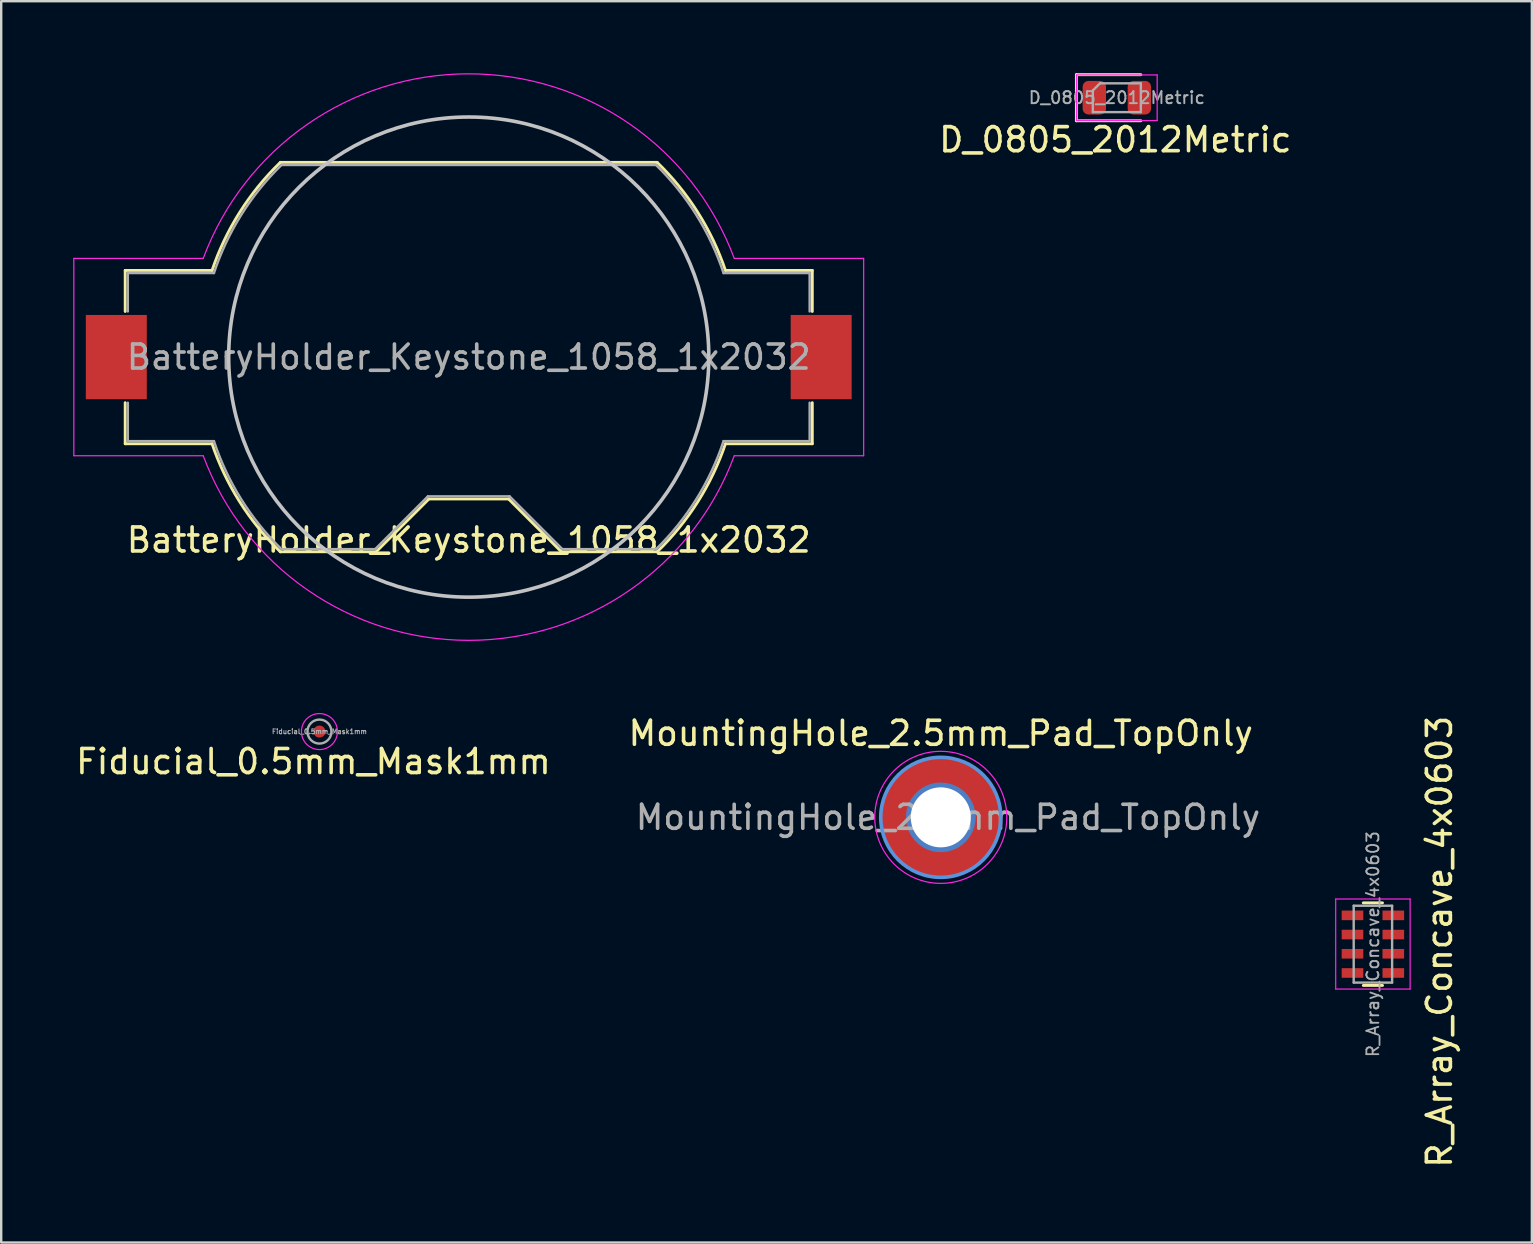
<source format=kicad_pcb>
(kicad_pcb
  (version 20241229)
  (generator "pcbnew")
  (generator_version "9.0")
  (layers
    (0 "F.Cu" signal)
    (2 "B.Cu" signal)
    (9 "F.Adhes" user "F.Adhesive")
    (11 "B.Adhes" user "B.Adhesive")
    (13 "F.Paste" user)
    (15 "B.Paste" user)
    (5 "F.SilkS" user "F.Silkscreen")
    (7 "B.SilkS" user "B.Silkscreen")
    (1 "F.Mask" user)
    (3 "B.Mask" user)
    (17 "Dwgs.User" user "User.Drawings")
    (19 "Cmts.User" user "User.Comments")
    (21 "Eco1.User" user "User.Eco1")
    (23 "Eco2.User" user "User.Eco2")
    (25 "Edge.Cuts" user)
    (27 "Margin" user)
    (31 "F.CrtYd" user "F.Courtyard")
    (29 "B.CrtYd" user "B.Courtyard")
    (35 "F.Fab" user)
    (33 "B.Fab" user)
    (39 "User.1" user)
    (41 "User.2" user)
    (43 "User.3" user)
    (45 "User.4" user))
  (footprint "D_0805_2012Metric"
    (layer "F.Cu")
    (at 43.471 1.02)
    (property "Reference" "D_0805_2012Metric" (at -0.062 1.75 180) (layer "F.SilkS") (effects (font (size 1 1) (thickness 0.15))))
    (attr smd)
    (fp_line (start -1.685 -0.96) (end -1.685 0.96) (stroke (width 0.12) (type solid)) (layer "F.SilkS"))
    (fp_line (start -1.685 0.96) (end 1 0.96) (stroke (width 0.12) (type solid)) (layer "F.SilkS"))
    (fp_line (start 1 -0.96) (end -1.685 -0.96) (stroke (width 0.12) (type solid)) (layer "F.SilkS"))
    (fp_line (start -1.68 -0.95) (end 1.68 -0.95) (stroke (width 0.05) (type solid)) (layer "F.CrtYd"))
    (fp_line (start -1.68 0.95) (end -1.68 -0.95) (stroke (width 0.05) (type solid)) (layer "F.CrtYd"))
    (fp_line (start 1.68 -0.95) (end 1.68 0.95) (stroke (width 0.05) (type solid)) (layer "F.CrtYd"))
    (fp_line (start 1.68 0.95) (end -1.68 0.95) (stroke (width 0.05) (type solid)) (layer "F.CrtYd"))
    (fp_line (start -1 -0.3) (end -1 0.6) (stroke (width 0.1) (type solid)) (layer "F.Fab"))
    (fp_line (start -1 0.6) (end 1 0.6) (stroke (width 0.1) (type solid)) (layer "F.Fab"))
    (fp_line (start -0.7 -0.6) (end -1 -0.3) (stroke (width 0.1) (type solid)) (layer "F.Fab"))
    (fp_line (start 1 -0.6) (end -0.7 -0.6) (stroke (width 0.1) (type solid)) (layer "F.Fab"))
    (fp_line (start 1 0.6) (end 1 -0.6) (stroke (width 0.1) (type solid)) (layer "F.Fab"))
    (fp_text user "${REFERENCE}" (at 0 0 0) (layer "F.Fab") (effects (font (size 0.5 0.5) (thickness 0.08))))
    (pad "1" smd roundrect (at -0.938 0) (size 0.975 1.4) (layers "F.Cu" "F.Mask" "F.Paste") (roundrect_rratio 0.25))
    (pad "2" smd roundrect (at 0.938 0) (size 0.975 1.4) (layers "F.Cu" "F.Mask" "F.Paste") (roundrect_rratio 0.25)))
  (footprint "BatteryHolder_Keystone_1058_1x2032"
    (layer "F.Cu")
    (at 16.475 11.824)
    (property "Reference" "BatteryHolder_Keystone_1058_1x2032" (at 0 7.62 180) (layer "F.SilkS") (effects (font (size 1 1) (thickness 0.15))))
    (attr smd)
    (fp_line (start -14.31 -3.61) (end -10.692 -3.61) (stroke (width 0.12) (type solid)) (layer "F.SilkS"))
    (fp_line (start -14.31 -1.9) (end -14.31 -3.61) (stroke (width 0.12) (type solid)) (layer "F.SilkS"))
    (fp_line (start -14.31 1.9) (end -14.31 3.61) (stroke (width 0.12) (type solid)) (layer "F.SilkS"))
    (fp_line (start -10.692 3.61) (end -14.31 3.61) (stroke (width 0.12) (type solid)) (layer "F.SilkS"))
    (fp_line (start -7.847 -8.11) (end 7.847 -8.11) (stroke (width 0.12) (type solid)) (layer "F.SilkS"))
    (fp_line (start -3.86 8.11) (end -7.847 8.11) (stroke (width 0.12) (type solid)) (layer "F.SilkS"))
    (fp_line (start -1.66 5.91) (end -3.86 8.11) (stroke (width 0.12) (type solid)) (layer "F.SilkS"))
    (fp_line (start 1.66 5.91) (end -1.66 5.91) (stroke (width 0.12) (type solid)) (layer "F.SilkS"))
    (fp_line (start 1.66 5.91) (end 3.86 8.11) (stroke (width 0.12) (type solid)) (layer "F.SilkS"))
    (fp_line (start 7.847 8.11) (end 3.86 8.11) (stroke (width 0.12) (type solid)) (layer "F.SilkS"))
    (fp_line (start 10.692 -3.61) (end 14.31 -3.61) (stroke (width 0.12) (type solid)) (layer "F.SilkS"))
    (fp_line (start 14.31 -1.9) (end 14.31 -3.61) (stroke (width 0.12) (type solid)) (layer "F.SilkS"))
    (fp_line (start 14.31 1.9) (end 14.31 3.61) (stroke (width 0.12) (type solid)) (layer "F.SilkS"))
    (fp_line (start 14.31 3.61) (end 10.692 3.61) (stroke (width 0.12) (type solid)) (layer "F.SilkS"))
    (fp_arc (start -10.692 -3.61) (mid -9.538084 -6.031244) (end -7.845371 -8.111789) (stroke (width 0.12) (type solid)) (layer "F.SilkS"))
    (fp_arc (start -7.845371 8.111789) (mid -9.538085 6.031244) (end -10.692 3.61) (stroke (width 0.12) (type solid)) (layer "F.SilkS"))
    (fp_arc (start 7.845371 -8.111789) (mid 9.538085 -6.031244) (end 10.692 -3.61) (stroke (width 0.12) (type solid)) (layer "F.SilkS"))
    (fp_arc (start 10.692 3.61) (mid 9.538084 6.031244) (end 7.845371 8.111789) (stroke (width 0.12) (type solid)) (layer "F.SilkS"))
    (fp_circle (center 0 0) (end 10 0) (stroke (width 0.15) (type solid)) (fill no) (layer "Dwgs.User"))
    (fp_line (start -16.45 -4.11) (end -16.45 4.11) (stroke (width 0.05) (type solid)) (layer "F.CrtYd"))
    (fp_line (start -16.45 -4.11) (end -11.06 -4.11) (stroke (width 0.05) (type solid)) (layer "F.CrtYd"))
    (fp_line (start -16.45 4.11) (end -11.06 4.11) (stroke (width 0.05) (type solid)) (layer "F.CrtYd"))
    (fp_line (start 11.06 4.11) (end 16.45 4.11) (stroke (width 0.05) (type solid)) (layer "F.CrtYd"))
    (fp_line (start 16.45 -4.11) (end 11.06 -4.11) (stroke (width 0.05) (type solid)) (layer "F.CrtYd"))
    (fp_line (start 16.45 4.11) (end 16.45 -4.11) (stroke (width 0.05) (type solid)) (layer "F.CrtYd"))
    (fp_arc (start -11.06 -4.11) (mid -0.002978 -11.79897) (end 11.057924 -4.115582) (stroke (width 0.05) (type solid)) (layer "F.CrtYd"))
    (fp_arc (start 11.06 4.11) (mid 0.002978 11.79897) (end -11.057924 4.115582) (stroke (width 0.05) (type solid)) (layer "F.CrtYd"))
    (fp_line (start -14.2 -3.5) (end -14.2 -1.9) (stroke (width 0.1) (type solid)) (layer "F.Fab"))
    (fp_line (start -14.2 -3.5) (end -10.613 -3.5) (stroke (width 0.1) (type solid)) (layer "F.Fab"))
    (fp_line (start -14.2 1.9) (end -14.2 3.5) (stroke (width 0.1) (type solid)) (layer "F.Fab"))
    (fp_line (start -14.2 3.5) (end -10.613 3.5) (stroke (width 0.1) (type solid)) (layer "F.Fab"))
    (fp_line (start -7.803 -8) (end 7.803 -8) (stroke (width 0.1) (type solid)) (layer "F.Fab"))
    (fp_line (start -3.9 8) (end -7.803 8) (stroke (width 0.1) (type solid)) (layer "F.Fab"))
    (fp_line (start -1.7 5.8) (end -3.9 8) (stroke (width 0.1) (type solid)) (layer "F.Fab"))
    (fp_line (start -1.7 5.8) (end 1.7 5.8) (stroke (width 0.1) (type solid)) (layer "F.Fab"))
    (fp_line (start 1.7 5.8) (end 3.9 8) (stroke (width 0.1) (type solid)) (layer "F.Fab"))
    (fp_line (start 3.9 8) (end 7.803 8) (stroke (width 0.1) (type solid)) (layer "F.Fab"))
    (fp_line (start 10.613 -3.5) (end 14.2 -3.5) (stroke (width 0.1) (type solid)) (layer "F.Fab"))
    (fp_line (start 14.2 -3.5) (end 14.2 -1.9) (stroke (width 0.1) (type solid)) (layer "F.Fab"))
    (fp_line (start 14.2 1.9) (end 14.2 3.5) (stroke (width 0.1) (type solid)) (layer "F.Fab"))
    (fp_line (start 14.2 3.5) (end 10.613 3.5) (stroke (width 0.1) (type solid)) (layer "F.Fab"))
    (fp_arc (start -10.61275 -3.5) (mid -9.478596 -5.919179) (end -7.802602 -7.999992) (stroke (width 0.1) (type solid)) (layer "F.Fab"))
    (fp_arc (start -7.802602 7.999992) (mid -9.478596 5.91918) (end -10.61275 3.5) (stroke (width 0.1) (type solid)) (layer "F.Fab"))
    (fp_arc (start 7.802602 -7.999992) (mid 9.478596 -5.91918) (end 10.61275 -3.5) (stroke (width 0.1) (type solid)) (layer "F.Fab"))
    (fp_arc (start 10.61275 3.5) (mid 9.478596 5.919179) (end 7.802602 7.999992) (stroke (width 0.1) (type solid)) (layer "F.Fab"))
    (fp_text user "${REFERENCE}" (at 0 0 180) (layer "F.Fab") (effects (font (size 1 1) (thickness 0.15))))
    (pad "1" smd rect (at -14.68 0) (size 2.54 3.51) (layers "F.Cu" "F.Mask" "F.Paste"))
    (pad "2" smd rect (at 14.68 0) (size 2.54 3.51) (layers "F.Cu" "F.Mask" "F.Paste")))
  (footprint "MountingHole_2.5mm_Pad_TopOnly"
    (layer "F.Cu")
    (at 36.137 30.996)
    (property "Reference" "MountingHole_2.5mm_Pad_TopOnly" (at 0 -3.5 0) (layer "F.SilkS") (effects (font (size 1 1) (thickness 0.15))))
    (attr exclude_from_pos_files exclude_from_bom)
    (fp_circle (center 0 0) (end 2.5 0) (stroke (width 0.15) (type solid)) (fill no) (layer "Cmts.User"))
    (fp_circle (center 0 0) (end 2.75 0) (stroke (width 0.05) (type solid)) (fill no) (layer "F.CrtYd"))
    (fp_text user "${REFERENCE}" (at 0.3 0 0) (layer "F.Fab") (effects (font (size 1 1) (thickness 0.15))))
    (pad "1" thru_hole circle (at 0 0) (size 2.9 2.9) (drill 2.5) (layers "*.Cu" "*.Mask"))
    (pad "1" connect circle (at 0 0) (size 5 5) (layers "F.Cu" "F.Mask")))
  (footprint "R_Array_Concave_4x0603"
    (layer "F.Cu")
    (at 54.137 36.278)
    (property "Reference" "R_Array_Concave_4x0603" (at 2.772 -0.1 270) (layer "F.SilkS") (effects (font (size 1 1) (thickness 0.15))))
    (attr smd)
    (fp_line (start 0.4 -1.72) (end -0.4 -1.72) (stroke (width 0.12) (type solid)) (layer "F.SilkS"))
    (fp_line (start 0.4 1.72) (end -0.4 1.72) (stroke (width 0.12) (type solid)) (layer "F.SilkS"))
    (fp_line (start -1.55 -1.88) (end -1.55 1.87) (stroke (width 0.05) (type solid)) (layer "F.CrtYd"))
    (fp_line (start -1.55 -1.88) (end 1.55 -1.88) (stroke (width 0.05) (type solid)) (layer "F.CrtYd"))
    (fp_line (start 1.55 1.87) (end -1.55 1.87) (stroke (width 0.05) (type solid)) (layer "F.CrtYd"))
    (fp_line (start 1.55 1.87) (end 1.55 -1.88) (stroke (width 0.05) (type solid)) (layer "F.CrtYd"))
    (fp_line (start -0.8 -1.6) (end 0.8 -1.6) (stroke (width 0.1) (type solid)) (layer "F.Fab"))
    (fp_line (start -0.8 1.6) (end -0.8 -1.6) (stroke (width 0.1) (type solid)) (layer "F.Fab"))
    (fp_line (start 0.8 -1.6) (end 0.8 1.6) (stroke (width 0.1) (type solid)) (layer "F.Fab"))
    (fp_line (start 0.8 1.6) (end -0.8 1.6) (stroke (width 0.1) (type solid)) (layer "F.Fab"))
    (fp_text user "${REFERENCE}" (at 0 0 270) (layer "F.Fab") (effects (font (size 0.5 0.5) (thickness 0.075))))
    (pad "1" smd rect (at -0.85 -1.2) (size 0.9 0.4) (layers "F.Cu" "F.Mask" "F.Paste"))
    (pad "2" smd rect (at -0.85 -0.4) (size 0.9 0.4) (layers "F.Cu" "F.Mask" "F.Paste"))
    (pad "3" smd rect (at -0.85 0.4) (size 0.9 0.4) (layers "F.Cu" "F.Mask" "F.Paste"))
    (pad "4" smd rect (at -0.85 1.2) (size 0.9 0.4) (layers "F.Cu" "F.Mask" "F.Paste"))
    (pad "5" smd rect (at 0.85 1.2) (size 0.9 0.4) (layers "F.Cu" "F.Mask" "F.Paste"))
    (pad "6" smd rect (at 0.85 0.4) (size 0.9 0.4) (layers "F.Cu" "F.Mask" "F.Paste"))
    (pad "7" smd rect (at 0.85 -0.4) (size 0.9 0.4) (layers "F.Cu" "F.Mask" "F.Paste"))
    (pad "8" smd rect (at 0.85 -1.2) (size 0.9 0.4) (layers "F.Cu" "F.Mask" "F.Paste")))
  (footprint "Fiducial_0.5mm_Mask1mm"
    (layer "F.Cu")
    (at 10.256 27.423)
    (property "Reference" "Fiducial_0.5mm_Mask1mm" (at -0.25 1.25 0) (layer "F.SilkS") (effects (font (size 1 1) (thickness 0.15))))
    (attr smd)
    (fp_circle (center 0 0) (end 0.75 0) (stroke (width 0.05) (type solid)) (fill no) (layer "F.CrtYd"))
    (fp_circle (center 0 0) (end 0.5 0) (stroke (width 0.1) (type solid)) (fill no) (layer "F.Fab"))
    (fp_text user "${REFERENCE}" (at 0 0 0) (layer "F.Fab") (effects (font (size 0.2 0.2) (thickness 0.04))))
    (pad "" smd circle (at 0 0) (size 0.5 0.5) (layers "F.Cu" "F.Mask")))
  (gr_rect
    (start -3 -3)
    (end 60.758 48.707)
    (stroke (width 0.1) (type default))
    (fill no)
    (layer "Edge.Cuts")))
</source>
